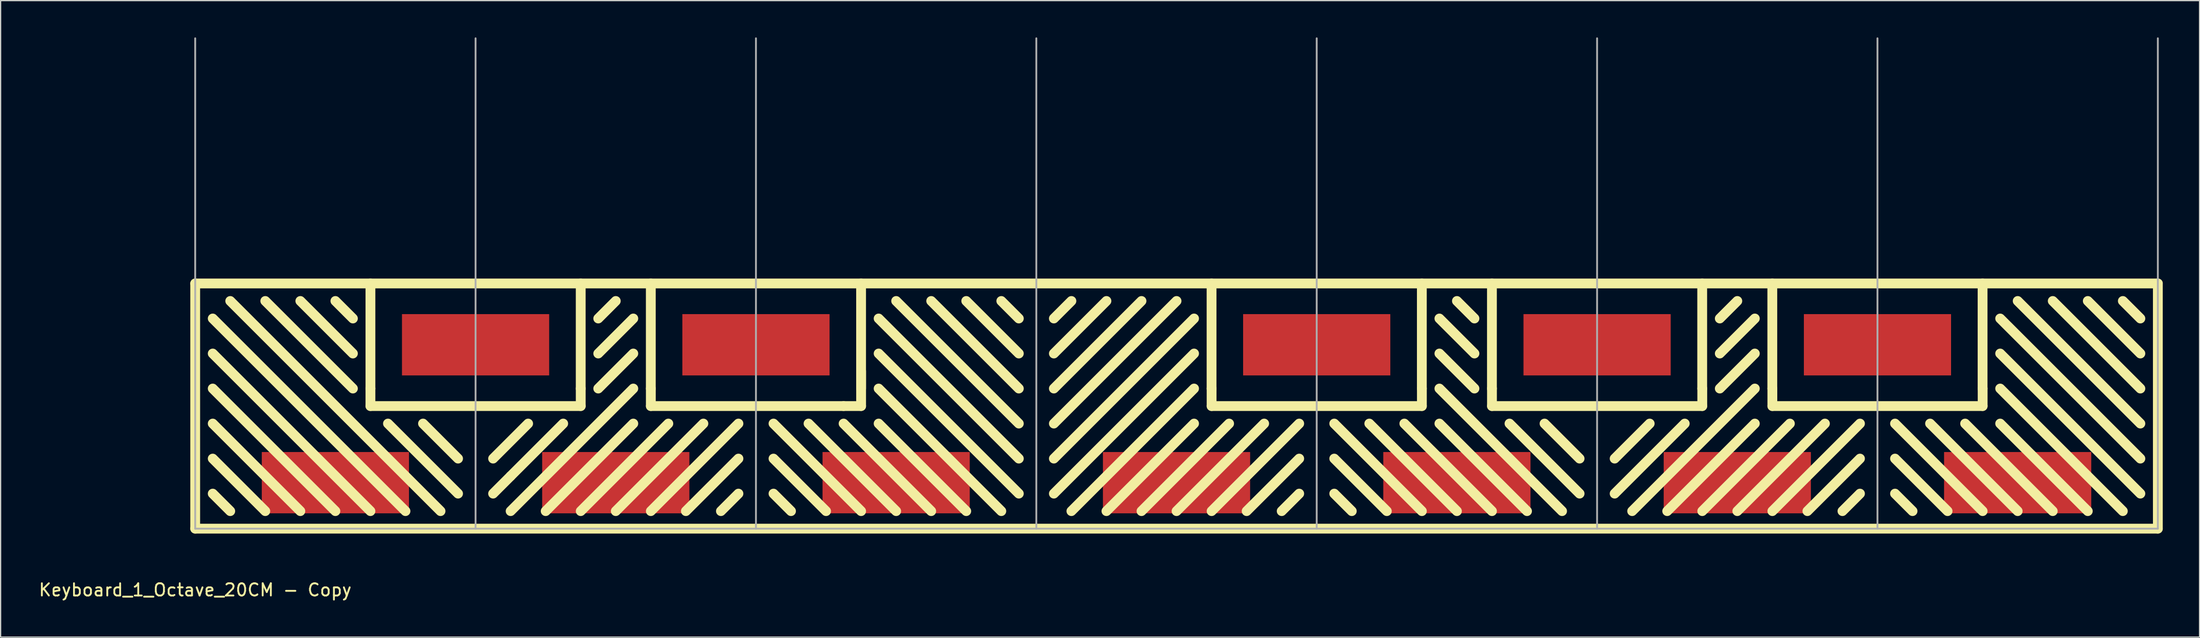
<source format=kicad_pcb>
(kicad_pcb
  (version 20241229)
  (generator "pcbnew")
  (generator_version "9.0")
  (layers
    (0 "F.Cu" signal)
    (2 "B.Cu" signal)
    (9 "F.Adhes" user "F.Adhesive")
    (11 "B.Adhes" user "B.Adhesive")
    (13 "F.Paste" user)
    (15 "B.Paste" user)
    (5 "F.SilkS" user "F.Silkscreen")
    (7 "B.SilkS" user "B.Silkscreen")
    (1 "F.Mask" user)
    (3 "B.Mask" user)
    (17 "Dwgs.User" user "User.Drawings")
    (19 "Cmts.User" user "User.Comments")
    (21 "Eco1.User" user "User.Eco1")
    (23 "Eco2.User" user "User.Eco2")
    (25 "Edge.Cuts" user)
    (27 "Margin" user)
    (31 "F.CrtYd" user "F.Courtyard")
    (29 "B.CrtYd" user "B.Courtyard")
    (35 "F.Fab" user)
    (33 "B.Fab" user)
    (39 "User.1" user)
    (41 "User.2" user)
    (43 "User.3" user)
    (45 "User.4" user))
  (footprint "Keyboard_1_Octave_20CM - Copy"
    (layer "F.Cu")
    (at 12.863 40.075)
    (property "Reference" "Keyboard_1_Octave_20CM - Copy" (at 0 5 0) (layer "F.SilkS") (effects (font (size 1 1) (thickness 0.15))))
    (attr through_hole)
    (fp_line (start 0 -20) (end 160 -20) (stroke (width 0.8) (type solid)) (layer "F.SilkS"))
    (fp_line (start 0 0) (end 0 -20) (stroke (width 0.8) (type solid)) (layer "F.SilkS"))
    (fp_line (start 1.429 -17.143) (end 17.143 -1.429) (stroke (width 0.8) (type solid)) (layer "F.SilkS"))
    (fp_line (start 1.429 -14.286) (end 14.286 -1.429) (stroke (width 0.8) (type solid)) (layer "F.SilkS"))
    (fp_line (start 1.429 -11.429) (end 11.429 -1.429) (stroke (width 0.8) (type solid)) (layer "F.SilkS"))
    (fp_line (start 1.429 -8.572) (end 8.572 -1.429) (stroke (width 0.8) (type solid)) (layer "F.SilkS"))
    (fp_line (start 1.429 -5.714) (end 5.714 -1.429) (stroke (width 0.8) (type solid)) (layer "F.SilkS"))
    (fp_line (start 1.429 -2.857) (end 2.857 -1.429) (stroke (width 0.8) (type solid)) (layer "F.SilkS"))
    (fp_line (start 2.857 -18.572) (end 20 -1.429) (stroke (width 0.8) (type solid)) (layer "F.SilkS"))
    (fp_line (start 5.714 -18.572) (end 12.857 -11.429) (stroke (width 0.8) (type solid)) (layer "F.SilkS"))
    (fp_line (start 8.572 -18.572) (end 12.857 -14.286) (stroke (width 0.8) (type solid)) (layer "F.SilkS"))
    (fp_line (start 11.429 -18.572) (end 12.857 -17.143) (stroke (width 0.8) (type solid)) (layer "F.SilkS"))
    (fp_line (start 14.286 -20) (end 14.286 -11.428) (stroke (width 0.8) (type solid)) (layer "F.SilkS"))
    (fp_line (start 14.286 -11.429) (end 14.286 -10) (stroke (width 0.8) (type solid)) (layer "F.SilkS"))
    (fp_line (start 14.286 -10) (end 31.429 -10) (stroke (width 0.8) (type solid)) (layer "F.SilkS"))
    (fp_line (start 15.715 -8.572) (end 21.429 -2.857) (stroke (width 0.8) (type solid)) (layer "F.SilkS"))
    (fp_line (start 18.572 -8.572) (end 21.429 -5.714) (stroke (width 0.8) (type solid)) (layer "F.SilkS"))
    (fp_line (start 25.715 -4.286) (end 24.286 -2.857) (stroke (width 0.8) (type solid)) (layer "F.SilkS"))
    (fp_line (start 25.715 -1.429) (end 35.715 -11.429) (stroke (width 0.8) (type solid)) (layer "F.SilkS"))
    (fp_line (start 27.143 -8.572) (end 24.286 -5.714) (stroke (width 0.8) (type solid)) (layer "F.SilkS"))
    (fp_line (start 28.572 -1.429) (end 35.715 -8.572) (stroke (width 0.8) (type solid)) (layer "F.SilkS"))
    (fp_line (start 30.001 -8.572) (end 25.715 -4.286) (stroke (width 0.8) (type solid)) (layer "F.SilkS"))
    (fp_line (start 31.428 -11.428) (end 31.428 -20) (stroke (width 0.8) (type solid)) (layer "F.SilkS"))
    (fp_line (start 31.429 -10) (end 31.429 -11.429) (stroke (width 0.8) (type solid)) (layer "F.SilkS"))
    (fp_line (start 31.429 -1.429) (end 38.572 -8.572) (stroke (width 0.8) (type solid)) (layer "F.SilkS"))
    (fp_line (start 32.858 -17.143) (end 34.286 -18.572) (stroke (width 0.8) (type solid)) (layer "F.SilkS"))
    (fp_line (start 32.858 -14.286) (end 35.715 -17.143) (stroke (width 0.8) (type solid)) (layer "F.SilkS"))
    (fp_line (start 34.286 -1.429) (end 41.429 -8.572) (stroke (width 0.8) (type solid)) (layer "F.SilkS"))
    (fp_line (start 35.715 -14.286) (end 32.858 -11.429) (stroke (width 0.8) (type solid)) (layer "F.SilkS"))
    (fp_line (start 37.142 -20) (end 37.142 -11.428) (stroke (width 0.8) (type solid)) (layer "F.SilkS"))
    (fp_line (start 37.144 -11.429) (end 37.144 -10) (stroke (width 0.8) (type solid)) (layer "F.SilkS"))
    (fp_line (start 37.144 -10) (end 52.858 -10) (stroke (width 0.8) (type solid)) (layer "F.SilkS"))
    (fp_line (start 37.144 -1.429) (end 44.287 -8.572) (stroke (width 0.8) (type solid)) (layer "F.SilkS"))
    (fp_line (start 40.001 -1.429) (end 44.287 -5.714) (stroke (width 0.8) (type solid)) (layer "F.SilkS"))
    (fp_line (start 42.858 -1.429) (end 44.287 -2.857) (stroke (width 0.8) (type solid)) (layer "F.SilkS"))
    (fp_line (start 47.144 -8.572) (end 54.287 -1.429) (stroke (width 0.8) (type solid)) (layer "F.SilkS"))
    (fp_line (start 47.144 -5.714) (end 51.43 -1.429) (stroke (width 0.8) (type solid)) (layer "F.SilkS"))
    (fp_line (start 48.572 -1.429) (end 47.144 -2.857) (stroke (width 0.8) (type solid)) (layer "F.SilkS"))
    (fp_line (start 50.001 -8.572) (end 57.144 -1.429) (stroke (width 0.8) (type solid)) (layer "F.SilkS"))
    (fp_line (start 52.858 -10) (end 54.287 -10) (stroke (width 0.8) (type solid)) (layer "F.SilkS"))
    (fp_line (start 52.858 -8.572) (end 60.001 -1.429) (stroke (width 0.8) (type solid)) (layer "F.SilkS"))
    (fp_line (start 54.285 -11.428) (end 54.285 -20) (stroke (width 0.8) (type solid)) (layer "F.SilkS"))
    (fp_line (start 54.287 -10) (end 54.287 -12.857) (stroke (width 0.8) (type solid)) (layer "F.SilkS"))
    (fp_line (start 55.715 -17.143) (end 67.144 -5.714) (stroke (width 0.8) (type solid)) (layer "F.SilkS"))
    (fp_line (start 55.715 -14.286) (end 67.144 -2.857) (stroke (width 0.8) (type solid)) (layer "F.SilkS"))
    (fp_line (start 55.715 -11.429) (end 65.716 -1.429) (stroke (width 0.8) (type solid)) (layer "F.SilkS"))
    (fp_line (start 55.715 -8.572) (end 62.858 -1.429) (stroke (width 0.8) (type solid)) (layer "F.SilkS"))
    (fp_line (start 57.144 -18.572) (end 67.144 -8.572) (stroke (width 0.8) (type solid)) (layer "F.SilkS"))
    (fp_line (start 60.001 -18.572) (end 67.144 -11.429) (stroke (width 0.8) (type solid)) (layer "F.SilkS"))
    (fp_line (start 62.858 -18.572) (end 67.144 -14.286) (stroke (width 0.8) (type solid)) (layer "F.SilkS"))
    (fp_line (start 67.144 -17.143) (end 65.716 -18.572) (stroke (width 0.8) (type solid)) (layer "F.SilkS"))
    (fp_line (start 70.001 -17.143) (end 71.43 -18.572) (stroke (width 0.8) (type solid)) (layer "F.SilkS"))
    (fp_line (start 70.001 -14.286) (end 74.287 -18.572) (stroke (width 0.8) (type solid)) (layer "F.SilkS"))
    (fp_line (start 70.001 -11.429) (end 77.144 -18.572) (stroke (width 0.8) (type solid)) (layer "F.SilkS"))
    (fp_line (start 70.001 -8.572) (end 80.002 -18.572) (stroke (width 0.8) (type solid)) (layer "F.SilkS"))
    (fp_line (start 70.001 -5.714) (end 81.43 -17.143) (stroke (width 0.8) (type solid)) (layer "F.SilkS"))
    (fp_line (start 70.001 -2.857) (end 81.43 -14.286) (stroke (width 0.8) (type solid)) (layer "F.SilkS"))
    (fp_line (start 71.43 -1.429) (end 81.43 -11.429) (stroke (width 0.8) (type solid)) (layer "F.SilkS"))
    (fp_line (start 74.287 -1.429) (end 81.43 -8.572) (stroke (width 0.8) (type solid)) (layer "F.SilkS"))
    (fp_line (start 77.144 -1.429) (end 84.287 -8.572) (stroke (width 0.8) (type solid)) (layer "F.SilkS"))
    (fp_line (start 80.002 -1.429) (end 87.145 -8.572) (stroke (width 0.8) (type solid)) (layer "F.SilkS"))
    (fp_line (start 82.856 -20) (end 82.856 -11.428) (stroke (width 0.8) (type solid)) (layer "F.SilkS"))
    (fp_line (start 82.859 -11.429) (end 82.859 -10) (stroke (width 0.8) (type solid)) (layer "F.SilkS"))
    (fp_line (start 82.859 -10) (end 100.002 -10) (stroke (width 0.8) (type solid)) (layer "F.SilkS"))
    (fp_line (start 82.859 -1.429) (end 90.002 -8.572) (stroke (width 0.8) (type solid)) (layer "F.SilkS"))
    (fp_line (start 85.716 -1.429) (end 90.002 -5.714) (stroke (width 0.8) (type solid)) (layer "F.SilkS"))
    (fp_line (start 88.573 -1.429) (end 90.002 -2.857) (stroke (width 0.8) (type solid)) (layer "F.SilkS"))
    (fp_line (start 92.859 -8.572) (end 100.002 -1.429) (stroke (width 0.8) (type solid)) (layer "F.SilkS"))
    (fp_line (start 92.859 -5.714) (end 97.145 -1.429) (stroke (width 0.8) (type solid)) (layer "F.SilkS"))
    (fp_line (start 92.859 -2.857) (end 94.288 -1.429) (stroke (width 0.8) (type solid)) (layer "F.SilkS"))
    (fp_line (start 95.716 -8.572) (end 102.859 -1.429) (stroke (width 0.8) (type solid)) (layer "F.SilkS"))
    (fp_line (start 98.573 -8.572) (end 105.716 -1.429) (stroke (width 0.8) (type solid)) (layer "F.SilkS"))
    (fp_line (start 99.999 -11.428) (end 99.999 -20) (stroke (width 0.8) (type solid)) (layer "F.SilkS"))
    (fp_line (start 100.002 -10) (end 100.002 -11.429) (stroke (width 0.8) (type solid)) (layer "F.SilkS"))
    (fp_line (start 101.431 -17.143) (end 104.288 -14.286) (stroke (width 0.8) (type solid)) (layer "F.SilkS"))
    (fp_line (start 101.431 -14.286) (end 104.288 -11.429) (stroke (width 0.8) (type solid)) (layer "F.SilkS"))
    (fp_line (start 101.431 -11.429) (end 111.431 -1.429) (stroke (width 0.8) (type solid)) (layer "F.SilkS"))
    (fp_line (start 101.431 -8.572) (end 108.574 -1.429) (stroke (width 0.8) (type solid)) (layer "F.SilkS"))
    (fp_line (start 102.859 -18.572) (end 104.288 -17.143) (stroke (width 0.8) (type solid)) (layer "F.SilkS"))
    (fp_line (start 105.713 -20) (end 105.713 -11.428) (stroke (width 0.8) (type solid)) (layer "F.SilkS"))
    (fp_line (start 105.716 -11.429) (end 105.716 -10) (stroke (width 0.8) (type solid)) (layer "F.SilkS"))
    (fp_line (start 105.716 -10) (end 122.86 -10) (stroke (width 0.8) (type solid)) (layer "F.SilkS"))
    (fp_line (start 107.145 -8.572) (end 112.859 -2.857) (stroke (width 0.8) (type solid)) (layer "F.SilkS"))
    (fp_line (start 110.002 -8.572) (end 112.859 -5.714) (stroke (width 0.8) (type solid)) (layer "F.SilkS"))
    (fp_line (start 115.717 -5.714) (end 118.574 -8.572) (stroke (width 0.8) (type solid)) (layer "F.SilkS"))
    (fp_line (start 115.717 -2.857) (end 121.431 -8.572) (stroke (width 0.8) (type solid)) (layer "F.SilkS"))
    (fp_line (start 117.145 -1.429) (end 127.145 -11.429) (stroke (width 0.8) (type solid)) (layer "F.SilkS"))
    (fp_line (start 120.002 -1.429) (end 127.145 -8.572) (stroke (width 0.8) (type solid)) (layer "F.SilkS"))
    (fp_line (start 122.855 -11.428) (end 122.855 -20) (stroke (width 0.8) (type solid)) (layer "F.SilkS"))
    (fp_line (start 122.86 -10) (end 122.86 -11.429) (stroke (width 0.8) (type solid)) (layer "F.SilkS"))
    (fp_line (start 122.86 -1.429) (end 130.003 -8.572) (stroke (width 0.8) (type solid)) (layer "F.SilkS"))
    (fp_line (start 124.288 -17.143) (end 125.717 -18.572) (stroke (width 0.8) (type solid)) (layer "F.SilkS"))
    (fp_line (start 124.288 -14.286) (end 127.145 -17.143) (stroke (width 0.8) (type solid)) (layer "F.SilkS"))
    (fp_line (start 124.288 -11.429) (end 127.145 -14.286) (stroke (width 0.8) (type solid)) (layer "F.SilkS"))
    (fp_line (start 125.717 -1.429) (end 132.86 -8.572) (stroke (width 0.8) (type solid)) (layer "F.SilkS"))
    (fp_line (start 128.57 -20) (end 128.57 -11.428) (stroke (width 0.8) (type solid)) (layer "F.SilkS"))
    (fp_line (start 128.574 -11.429) (end 128.574 -10) (stroke (width 0.8) (type solid)) (layer "F.SilkS"))
    (fp_line (start 128.574 -10) (end 145.717 -10) (stroke (width 0.8) (type solid)) (layer "F.SilkS"))
    (fp_line (start 128.574 -1.429) (end 135.717 -8.572) (stroke (width 0.8) (type solid)) (layer "F.SilkS"))
    (fp_line (start 131.431 -1.429) (end 135.717 -5.714) (stroke (width 0.8) (type solid)) (layer "F.SilkS"))
    (fp_line (start 134.288 -1.429) (end 135.717 -2.857) (stroke (width 0.8) (type solid)) (layer "F.SilkS"))
    (fp_line (start 138.574 -8.572) (end 145.717 -1.429) (stroke (width 0.8) (type solid)) (layer "F.SilkS"))
    (fp_line (start 138.574 -5.714) (end 142.86 -1.429) (stroke (width 0.8) (type solid)) (layer "F.SilkS"))
    (fp_line (start 138.574 -2.857) (end 140.003 -1.429) (stroke (width 0.8) (type solid)) (layer "F.SilkS"))
    (fp_line (start 141.431 -8.572) (end 148.574 -1.429) (stroke (width 0.8) (type solid)) (layer "F.SilkS"))
    (fp_line (start 144.289 -8.572) (end 151.432 -1.429) (stroke (width 0.8) (type solid)) (layer "F.SilkS"))
    (fp_line (start 145.712 -11.428) (end 145.712 -20) (stroke (width 0.8) (type solid)) (layer "F.SilkS"))
    (fp_line (start 145.717 -10) (end 145.717 -11.429) (stroke (width 0.8) (type solid)) (layer "F.SilkS"))
    (fp_line (start 147.146 -17.143) (end 158.575 -5.714) (stroke (width 0.8) (type solid)) (layer "F.SilkS"))
    (fp_line (start 147.146 -14.286) (end 158.575 -2.857) (stroke (width 0.8) (type solid)) (layer "F.SilkS"))
    (fp_line (start 147.146 -11.429) (end 157.146 -1.429) (stroke (width 0.8) (type solid)) (layer "F.SilkS"))
    (fp_line (start 147.146 -8.572) (end 154.289 -1.429) (stroke (width 0.8) (type solid)) (layer "F.SilkS"))
    (fp_line (start 148.574 -18.572) (end 158.575 -8.572) (stroke (width 0.8) (type solid)) (layer "F.SilkS"))
    (fp_line (start 151.432 -18.572) (end 158.575 -11.429) (stroke (width 0.8) (type solid)) (layer "F.SilkS"))
    (fp_line (start 154.289 -18.572) (end 158.575 -14.286) (stroke (width 0.8) (type solid)) (layer "F.SilkS"))
    (fp_line (start 157.146 -18.572) (end 158.575 -17.143) (stroke (width 0.8) (type solid)) (layer "F.SilkS"))
    (fp_line (start 160 -20) (end 160 0) (stroke (width 0.8) (type solid)) (layer "F.SilkS"))
    (fp_line (start 160 0) (end 0 0) (stroke (width 0.8) (type solid)) (layer "F.SilkS"))
    (fp_line (start 0 0) (end 0 -40) (stroke (width 0.15) (type solid)) (layer "F.Fab"))
    (fp_line (start 22.857 0) (end 22.857 -40) (stroke (width 0.15) (type solid)) (layer "F.Fab"))
    (fp_line (start 45.714 0) (end 45.714 -40) (stroke (width 0.15) (type solid)) (layer "F.Fab"))
    (fp_line (start 68.571 0) (end 68.571 -40) (stroke (width 0.15) (type solid)) (layer "F.Fab"))
    (fp_line (start 91.428 0) (end 91.428 -40) (stroke (width 0.15) (type solid)) (layer "F.Fab"))
    (fp_line (start 114.285 0) (end 114.285 -40) (stroke (width 0.15) (type solid)) (layer "F.Fab"))
    (fp_line (start 137.143 0) (end 137.143 -40) (stroke (width 0.15) (type solid)) (layer "F.Fab"))
    (fp_line (start 160 -40) (end 160 0) (stroke (width 0.15) (type solid)) (layer "F.Fab"))
    (fp_line (start 160 0) (end 0 0) (stroke (width 0.15) (type solid)) (layer "F.Fab"))
    (pad "1" smd rect (at 11.429 -3.75) (size 12 5) (layers "F.Cu"))
    (pad "2" smd rect (at 22.857 -15) (size 12 5) (layers "F.Cu"))
    (pad "3" smd rect (at 34.286 -3.75) (size 12 5) (layers "F.Cu"))
    (pad "4" smd rect (at 45.714 -15) (size 12 5) (layers "F.Cu"))
    (pad "5" smd rect (at 57.143 -3.75) (size 12 5) (layers "F.Cu"))
    (pad "6" smd rect (at 80 -3.75) (size 12 5) (layers "F.Cu"))
    (pad "7" smd rect (at 91.429 -15) (size 12 5) (layers "F.Cu"))
    (pad "8" smd rect (at 102.857 -3.75) (size 12 5) (layers "F.Cu"))
    (pad "9" smd rect (at 114.286 -15) (size 12 5) (layers "F.Cu"))
    (pad "10" smd rect (at 125.715 -3.75) (size 12 5) (layers "F.Cu"))
    (pad "11" smd rect (at 137.143 -15) (size 12 5) (layers "F.Cu"))
    (pad "12" smd rect (at 148.572 -3.75) (size 12 5) (layers "F.Cu")))
  (gr_rect
    (start -3 -3)
    (end 176.263 48.923)
    (stroke (width 0.1) (type default))
    (fill no)
    (layer "Edge.Cuts")))
</source>
